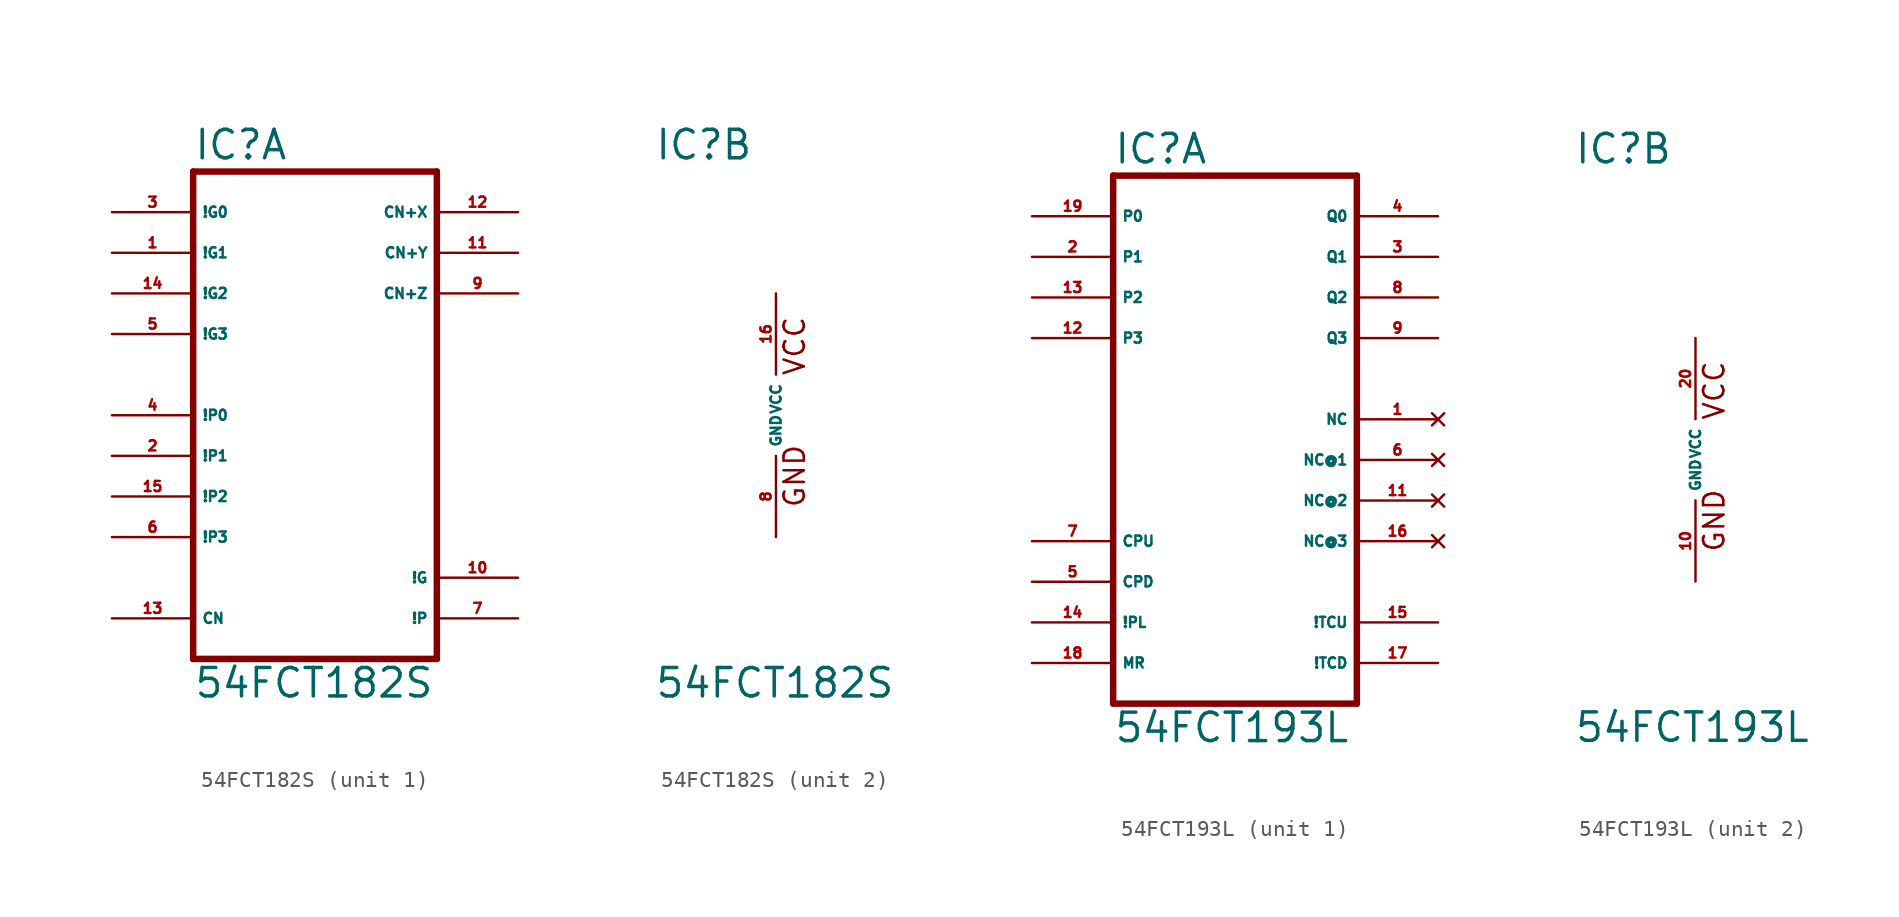
<source format=kicad_sym>
(kicad_symbol_lib
  (version 20220914)
  (generator Eagle2Kicad)
  (symbol "54FCT182S"
    (property "Reference" "IC"
      (at -7.62 15.875 0)
      (effects (font (size 1.778 1.778) (thickness 0.22)) (justify left bottom)))
    (property "Value" "54FCT182S"
      (at -7.62 -17.78 0)
      (effects (font (size 1.778 1.778) (thickness 0.22)) (justify left bottom)))
    (symbol "54FCT182S_1_0"
      (polyline (pts (xy -7.62 -15.24) (xy 7.62 -15.24)) (stroke (width 0.406) (type default)) (fill (type none)))
      (polyline (pts (xy 7.62 -15.24) (xy 7.62 15.24)) (stroke (width 0.406) (type default)) (fill (type none)))
      (polyline (pts (xy 7.62 15.24) (xy -7.62 15.24)) (stroke (width 0.406) (type default)) (fill (type none)))
      (polyline (pts (xy -7.62 15.24) (xy -7.62 -15.24)) (stroke (width 0.406) (type default)) (fill (type none)))
      (pin input line (at -12.7 12.7 0) (length 5.08) (name "!G0" (effects (font (size 0.635 0.635) (thickness 0.08)) (justify left bottom))) (number "3" (effects (font (size 0.635 0.635) (thickness 0.08)) (justify left bottom))))
      (pin input line (at -12.7 10.16 0) (length 5.08) (name "!G1" (effects (font (size 0.635 0.635) (thickness 0.08)) (justify left bottom))) (number "1" (effects (font (size 0.635 0.635) (thickness 0.08)) (justify left bottom))))
      (pin input line (at -12.7 7.62 0) (length 5.08) (name "!G2" (effects (font (size 0.635 0.635) (thickness 0.08)) (justify left bottom))) (number "14" (effects (font (size 0.635 0.635) (thickness 0.08)) (justify left bottom))))
      (pin input line (at -12.7 5.08 0) (length 5.08) (name "!G3" (effects (font (size 0.635 0.635) (thickness 0.08)) (justify left bottom))) (number "5" (effects (font (size 0.635 0.635) (thickness 0.08)) (justify left bottom))))
      (pin input line (at -12.7 0 0) (length 5.08) (name "!P0" (effects (font (size 0.635 0.635) (thickness 0.08)) (justify left bottom))) (number "4" (effects (font (size 0.635 0.635) (thickness 0.08)) (justify left bottom))))
      (pin input line (at -12.7 -2.54 0) (length 5.08) (name "!P1" (effects (font (size 0.635 0.635) (thickness 0.08)) (justify left bottom))) (number "2" (effects (font (size 0.635 0.635) (thickness 0.08)) (justify left bottom))))
      (pin input line (at -12.7 -5.08 0) (length 5.08) (name "!P2" (effects (font (size 0.635 0.635) (thickness 0.08)) (justify left bottom))) (number "15" (effects (font (size 0.635 0.635) (thickness 0.08)) (justify left bottom))))
      (pin input line (at -12.7 -7.62 0) (length 5.08) (name "!P3" (effects (font (size 0.635 0.635) (thickness 0.08)) (justify left bottom))) (number "6" (effects (font (size 0.635 0.635) (thickness 0.08)) (justify left bottom))))
      (pin input line (at -12.7 -12.7 0) (length 5.08) (name "CN" (effects (font (size 0.635 0.635) (thickness 0.08)) (justify left bottom))) (number "13" (effects (font (size 0.635 0.635) (thickness 0.08)) (justify left bottom))))
      (pin output line (at 12.7 12.7 180) (length 5.08) (name "CN+X" (effects (font (size 0.635 0.635) (thickness 0.08)) (justify left bottom))) (number "12" (effects (font (size 0.635 0.635) (thickness 0.08)) (justify left bottom))))
      (pin output line (at 12.7 10.16 180) (length 5.08) (name "CN+Y" (effects (font (size 0.635 0.635) (thickness 0.08)) (justify left bottom))) (number "11" (effects (font (size 0.635 0.635) (thickness 0.08)) (justify left bottom))))
      (pin output line (at 12.7 7.62 180) (length 5.08) (name "CN+Z" (effects (font (size 0.635 0.635) (thickness 0.08)) (justify left bottom))) (number "9" (effects (font (size 0.635 0.635) (thickness 0.08)) (justify left bottom))))
      (pin output line (at 12.7 -10.16 180) (length 5.08) (name "!G" (effects (font (size 0.635 0.635) (thickness 0.08)) (justify left bottom))) (number "10" (effects (font (size 0.635 0.635) (thickness 0.08)) (justify left bottom))))
      (pin output line (at 12.7 -12.7 180) (length 5.08) (name "!P" (effects (font (size 0.635 0.635) (thickness 0.08)) (justify left bottom))) (number "7" (effects (font (size 0.635 0.635) (thickness 0.08)) (justify left bottom)))))
    (symbol "54FCT182S_2_0"
      (text "GND" (at 1.905 -5.842 900) (effects (font (size 1.27 1.27) (thickness 0.16)) (justify left bottom)))
      (text "VCC" (at 1.905 2.413 900) (effects (font (size 1.27 1.27) (thickness 0.16)) (justify left bottom)))
      (pin unspecified line (at 0 7.62 270) (length 5.08) (name "VCC" (effects (font (size 0.635 0.635) (thickness 0.08)) (justify left bottom))) (number "16" (effects (font (size 0.635 0.635) (thickness 0.08)) (justify left bottom))))
      (pin unspecified line (at 0 -7.62 90) (length 5.08) (name "GND" (effects (font (size 0.635 0.635) (thickness 0.08)) (justify left bottom))) (number "8" (effects (font (size 0.635 0.635) (thickness 0.08)) (justify left bottom))))))
  (symbol "54FCT193L"
    (property "Reference" "IC"
      (at -7.62 18.415 0)
      (effects (font (size 1.778 1.778) (thickness 0.22)) (justify left bottom)))
    (property "Value" "54FCT193L"
      (at -7.62 -17.78 0)
      (effects (font (size 1.778 1.778) (thickness 0.22)) (justify left bottom)))
    (symbol "54FCT193L_1_0"
      (polyline (pts (xy -7.62 -15.24) (xy 7.62 -15.24)) (stroke (width 0.406) (type default)) (fill (type none)))
      (polyline (pts (xy 7.62 -15.24) (xy 7.62 17.78)) (stroke (width 0.406) (type default)) (fill (type none)))
      (polyline (pts (xy 7.62 17.78) (xy -7.62 17.78)) (stroke (width 0.406) (type default)) (fill (type none)))
      (polyline (pts (xy -7.62 17.78) (xy -7.62 -15.24)) (stroke (width 0.406) (type default)) (fill (type none)))
      (pin input line (at -12.7 15.24 0) (length 5.08) (name "P0" (effects (font (size 0.635 0.635) (thickness 0.08)) (justify left bottom))) (number "19" (effects (font (size 0.635 0.635) (thickness 0.08)) (justify left bottom))))
      (pin input line (at -12.7 12.7 0) (length 5.08) (name "P1" (effects (font (size 0.635 0.635) (thickness 0.08)) (justify left bottom))) (number "2" (effects (font (size 0.635 0.635) (thickness 0.08)) (justify left bottom))))
      (pin input line (at -12.7 10.16 0) (length 5.08) (name "P2" (effects (font (size 0.635 0.635) (thickness 0.08)) (justify left bottom))) (number "13" (effects (font (size 0.635 0.635) (thickness 0.08)) (justify left bottom))))
      (pin input line (at -12.7 7.62 0) (length 5.08) (name "P3" (effects (font (size 0.635 0.635) (thickness 0.08)) (justify left bottom))) (number "12" (effects (font (size 0.635 0.635) (thickness 0.08)) (justify left bottom))))
      (pin input line (at -12.7 -5.08 0) (length 5.08) (name "CPU" (effects (font (size 0.635 0.635) (thickness 0.08)) (justify left bottom))) (number "7" (effects (font (size 0.635 0.635) (thickness 0.08)) (justify left bottom))))
      (pin input line (at -12.7 -7.62 0) (length 5.08) (name "CPD" (effects (font (size 0.635 0.635) (thickness 0.08)) (justify left bottom))) (number "5" (effects (font (size 0.635 0.635) (thickness 0.08)) (justify left bottom))))
      (pin input line (at -12.7 -10.16 0) (length 5.08) (name "!PL" (effects (font (size 0.635 0.635) (thickness 0.08)) (justify left bottom))) (number "14" (effects (font (size 0.635 0.635) (thickness 0.08)) (justify left bottom))))
      (pin input line (at -12.7 -12.7 0) (length 5.08) (name "MR" (effects (font (size 0.635 0.635) (thickness 0.08)) (justify left bottom))) (number "18" (effects (font (size 0.635 0.635) (thickness 0.08)) (justify left bottom))))
      (pin output line (at 12.7 15.24 180) (length 5.08) (name "Q0" (effects (font (size 0.635 0.635) (thickness 0.08)) (justify left bottom))) (number "4" (effects (font (size 0.635 0.635) (thickness 0.08)) (justify left bottom))))
      (pin output line (at 12.7 12.7 180) (length 5.08) (name "Q1" (effects (font (size 0.635 0.635) (thickness 0.08)) (justify left bottom))) (number "3" (effects (font (size 0.635 0.635) (thickness 0.08)) (justify left bottom))))
      (pin output line (at 12.7 10.16 180) (length 5.08) (name "Q2" (effects (font (size 0.635 0.635) (thickness 0.08)) (justify left bottom))) (number "8" (effects (font (size 0.635 0.635) (thickness 0.08)) (justify left bottom))))
      (pin output line (at 12.7 7.62 180) (length 5.08) (name "Q3" (effects (font (size 0.635 0.635) (thickness 0.08)) (justify left bottom))) (number "9" (effects (font (size 0.635 0.635) (thickness 0.08)) (justify left bottom))))
      (pin output line (at 12.7 -12.7 180) (length 5.08) (name "!TCD" (effects (font (size 0.635 0.635) (thickness 0.08)) (justify left bottom))) (number "17" (effects (font (size 0.635 0.635) (thickness 0.08)) (justify left bottom))))
      (pin output line (at 12.7 -10.16 180) (length 5.08) (name "!TCU" (effects (font (size 0.635 0.635) (thickness 0.08)) (justify left bottom))) (number "15" (effects (font (size 0.635 0.635) (thickness 0.08)) (justify left bottom))))
      (pin no_connect line (at 12.7 2.54 180) (length 5.08) (name "NC" (effects (font (size 0.635 0.635) (thickness 0.08)) (justify left bottom) hide)) (number "1" (effects (font (size 0.635 0.635) (thickness 0.08)) (justify left bottom) hide)))
      (pin no_connect line (at 12.7 0 180) (length 5.08) (name "NC@1" (effects (font (size 0.635 0.635) (thickness 0.08)) (justify left bottom) hide)) (number "6" (effects (font (size 0.635 0.635) (thickness 0.08)) (justify left bottom) hide)))
      (pin no_connect line (at 12.7 -2.54 180) (length 5.08) (name "NC@2" (effects (font (size 0.635 0.635) (thickness 0.08)) (justify left bottom) hide)) (number "11" (effects (font (size 0.635 0.635) (thickness 0.08)) (justify left bottom) hide)))
      (pin no_connect line (at 12.7 -5.08 180) (length 5.08) (name "NC@3" (effects (font (size 0.635 0.635) (thickness 0.08)) (justify left bottom) hide)) (number "16" (effects (font (size 0.635 0.635) (thickness 0.08)) (justify left bottom) hide))))
    (symbol "54FCT193L_2_0"
      (text "GND" (at 1.905 -5.842 900) (effects (font (size 1.27 1.27) (thickness 0.16)) (justify left bottom)))
      (text "VCC" (at 1.905 2.413 900) (effects (font (size 1.27 1.27) (thickness 0.16)) (justify left bottom)))
      (pin unspecified line (at 0 7.62 270) (length 5.08) (name "VCC" (effects (font (size 0.635 0.635) (thickness 0.08)) (justify left bottom))) (number "20" (effects (font (size 0.635 0.635) (thickness 0.08)) (justify left bottom))))
      (pin unspecified line (at 0 -7.62 90) (length 5.08) (name "GND" (effects (font (size 0.635 0.635) (thickness 0.08)) (justify left bottom))) (number "10" (effects (font (size 0.635 0.635) (thickness 0.08)) (justify left bottom)))))))
</source>
